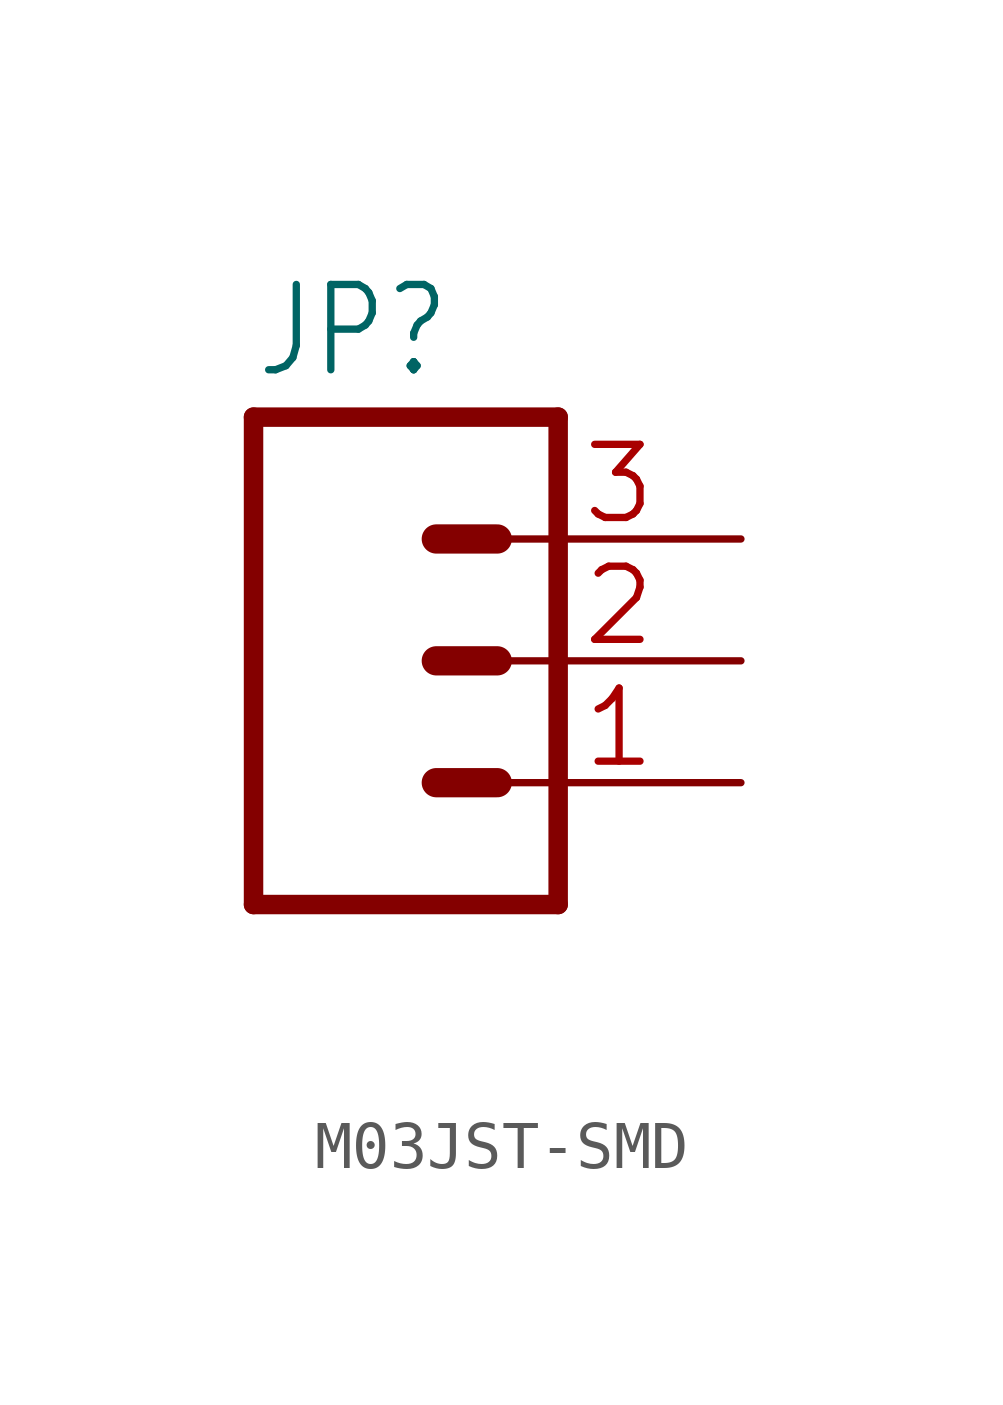
<source format=kicad_sym>
(kicad_symbol_lib
  (version 20241209)
  (generator "kicad_symbol_editor")
  (generator_version "9.0")
  (symbol "M03JST-SMD"
    (property "Reference" "JP"
      (at -2.54 5.842 0)
      (effects (font (size 1.778 1.511)) (justify left bottom)))
    (property "Value" ""
      (at -2.54 -7.62 0)
      (effects (font (size 1.778 1.511)) (justify left bottom)))
    (property "ki_locked" ""
      (at 0 0 0)
      (effects (font (size 1.27 1.27))))
    (symbol "M03JST-SMD_1_0"
      (polyline (pts (xy -2.54 5.08) (xy -2.54 -5.08)) (stroke (width 0.406) (type solid)) (fill (type none)))
      (polyline (pts (xy -2.54 5.08) (xy 3.81 5.08)) (stroke (width 0.406) (type solid)) (fill (type none)))
      (polyline (pts (xy 1.27 2.54) (xy 2.54 2.54)) (stroke (width 0.61) (type solid)) (fill (type none)))
      (polyline (pts (xy 1.27 0) (xy 2.54 0)) (stroke (width 0.61) (type solid)) (fill (type none)))
      (polyline (pts (xy 1.27 -2.54) (xy 2.54 -2.54)) (stroke (width 0.61) (type solid)) (fill (type none)))
      (polyline (pts (xy 3.81 -5.08) (xy -2.54 -5.08)) (stroke (width 0.406) (type solid)) (fill (type none)))
      (polyline (pts (xy 3.81 -5.08) (xy 3.81 5.08)) (stroke (width 0.406) (type solid)) (fill (type none)))
      (pin passive line (at 7.62 2.54 180) (length 5.08) (name "3" (effects (font (size 0 0)))) (number "3" (effects (font (size 1.524 1.524)))))
      (pin passive line (at 7.62 0 180) (length 5.08) (name "2" (effects (font (size 0 0)))) (number "2" (effects (font (size 1.524 1.524)))))
      (pin passive line (at 7.62 -2.54 180) (length 5.08) (name "1" (effects (font (size 0 0)))) (number "1" (effects (font (size 1.524 1.524))))))))
</source>
